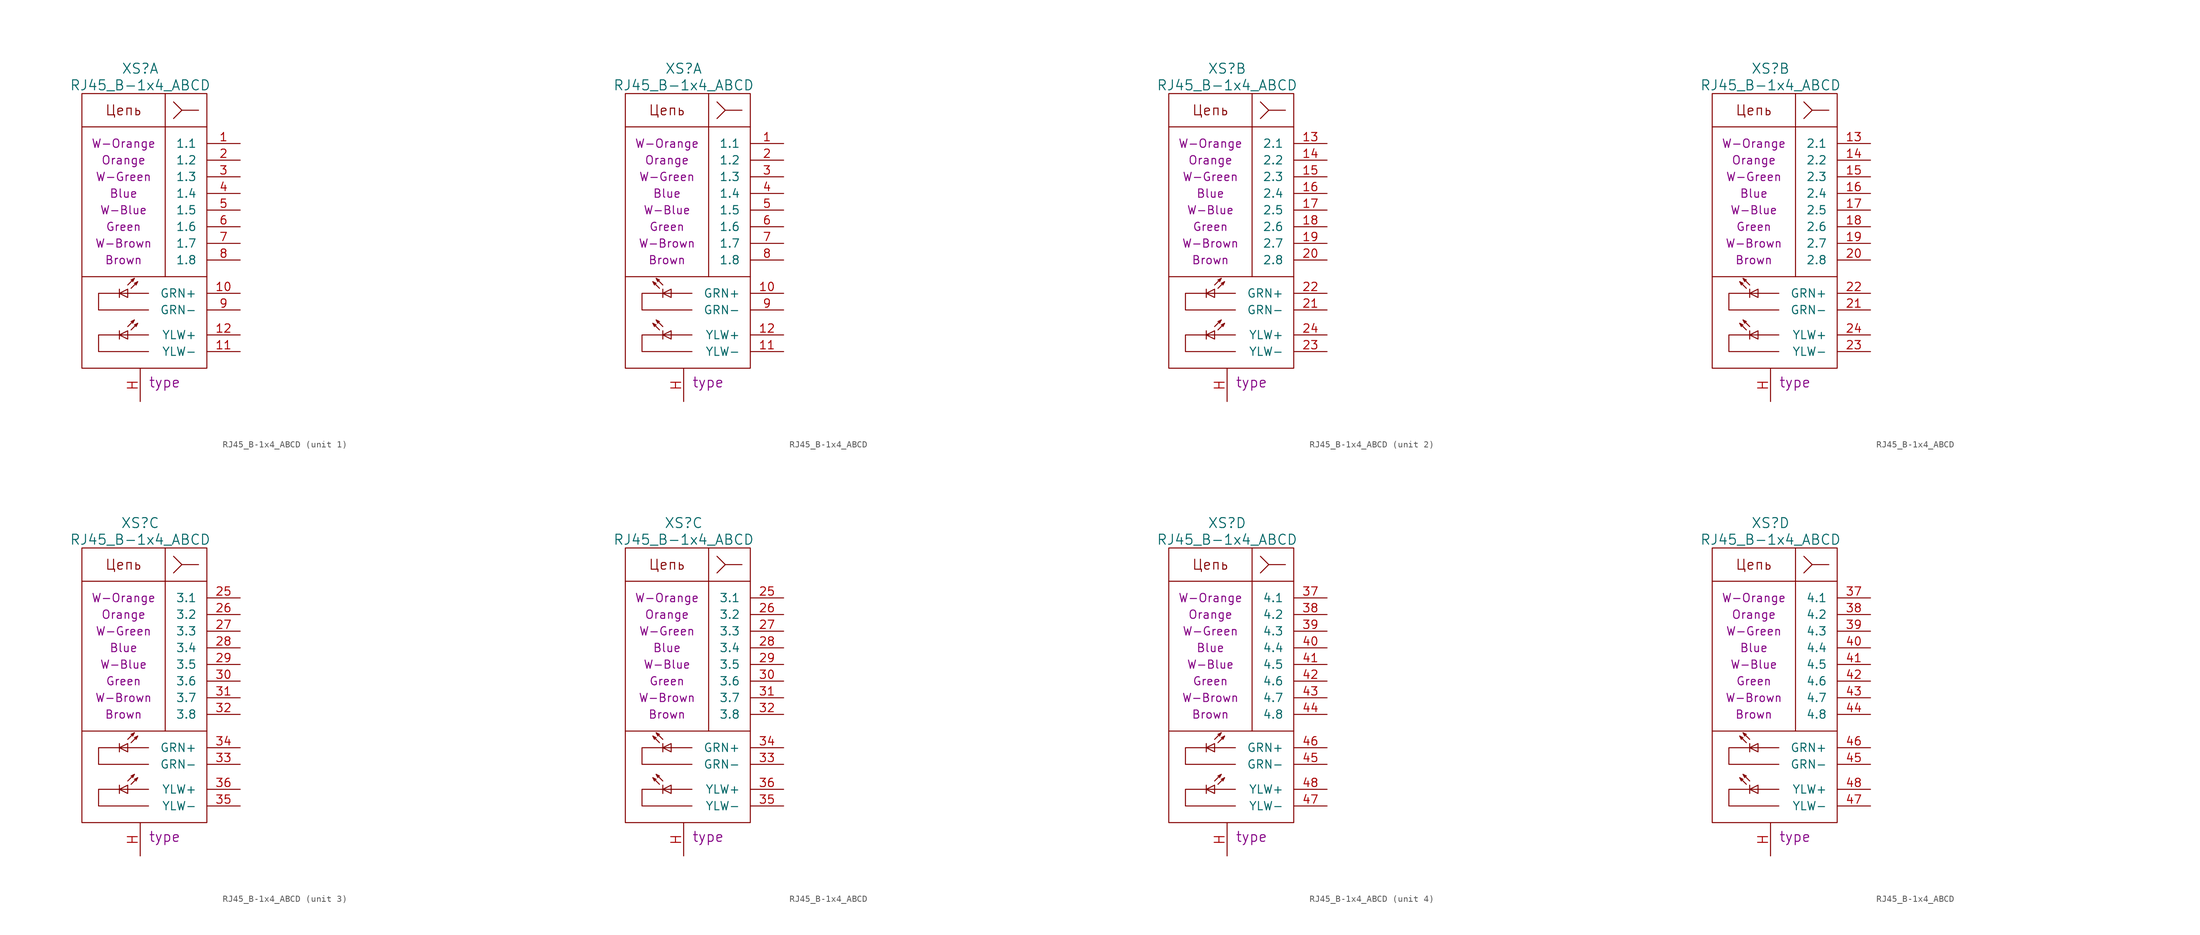
<source format=kicad_sym>
(kicad_symbol_lib
  (version 20220914)
  (generator kicad_symbol_editor)
  (symbol "RJ45_B-1x4_ABCD"
    (pin_names
      (offset 1.524))
    (property "Reference" "XS"
      (at 0 25.4 0)
      (do_not_autoplace)
      (effects (font (size 1.524 1.524))))
    (property "Value" "RJ45_B-1x4_ABCD"
      (at 0 22.86 0)
      (do_not_autoplace)
      (effects (font (size 1.524 1.524))))
    (property "Datasheet" ""
      (at 54.61 -21.59 0)
      (effects (font (size 1.524 1.524))))
    (property "Pin1" "W-Orange"
      (at -2.54 13.97 0)
      (effects (font (size 1.27 1.27))))
    (property "Pin2" "Orange"
      (at -2.54 11.43 0)
      (effects (font (size 1.27 1.27))))
    (property "Pin3" "W-Green"
      (at -2.54 8.89 0)
      (effects (font (size 1.27 1.27))))
    (property "Pin4" "Blue"
      (at -2.54 6.35 0)
      (effects (font (size 1.27 1.27))))
    (property "Pin5" "W-Blue"
      (at -2.54 3.81 0)
      (effects (font (size 1.245 1.245))))
    (property "Pin6" "Green"
      (at -2.54 1.27 0)
      (effects (font (size 1.245 1.245))))
    (property "Pin7" "W-Brown"
      (at -2.54 -1.27 0)
      (effects (font (size 1.245 1.245))))
    (property "Pin8" "Brown"
      (at -2.54 -3.81 0)
      (effects (font (size 1.245 1.245))))
    (property "Type" "type"
      (at 1.27 -21.59 0)
      (do_not_autoplace)
      (effects (font (size 1.524 1.524)) (justify left top)))
    (symbol "RJ45_B-1x4_ABCD_0_0"
      (rectangle (start -8.89 16.51) (end 10.16 -20.32) (stroke (width 0) (type solid)) (fill (type none)))
      (polyline (pts (xy -8.89 -6.35) (xy 10.16 -6.35)) (stroke (width 0) (type solid)) (fill (type none)))
      (polyline (pts (xy -3.175 -14.605) (xy -3.175 -15.875)) (stroke (width 0) (type solid)) (fill (type none)))
      (polyline (pts (xy -3.175 -8.255) (xy -3.175 -9.525)) (stroke (width 0) (type solid)) (fill (type none)))
      (polyline (pts (xy 3.81 21.59) (xy 3.81 -6.35)) (stroke (width 0) (type solid)) (fill (type none)))
      (polyline (pts (xy 8.89 19.05) (xy 6.35 19.05)) (stroke (width 0) (type solid)) (fill (type none)))
      (polyline (pts (xy 5.08 17.78) (xy 6.35 19.05) (xy 5.08 20.32)) (stroke (width 0) (type solid)) (fill (type none)))
      (polyline (pts (xy -1.905 -14.605) (xy -1.905 -15.875) (xy -3.175 -15.24) (xy -1.905 -14.605)) (stroke (width 0) (type solid)) (fill (type none)))
      (polyline (pts (xy -1.905 -8.255) (xy -1.905 -9.525) (xy -3.175 -8.89) (xy -1.905 -8.255)) (stroke (width 0) (type solid)) (fill (type none)))
      (polyline (pts (xy 1.27 -15.24) (xy -6.35 -15.24) (xy -6.35 -17.78) (xy 1.27 -17.78)) (stroke (width 0) (type solid)) (fill (type none)))
      (polyline (pts (xy 1.27 -8.89) (xy -6.35 -8.89) (xy -6.35 -11.43) (xy 1.27 -11.43)) (stroke (width 0) (type solid)) (fill (type none)))
      (polyline (pts (xy 10.16 16.51) (xy 10.16 21.59) (xy -8.89 21.59) (xy -8.89 16.51)) (stroke (width 0) (type solid)) (fill (type none)))
      (text "Цепь" (at -2.54 19.05 0) (effects (font (size 1.524 1.524)))))
    (symbol "RJ45_B-1x4_ABCD_0_1"
      (polyline (pts (xy -1.905 -13.97) (xy -0.889 -12.954)) (stroke (width 0) (type solid)) (fill (type none)))
      (polyline (pts (xy -1.905 -7.62) (xy -0.889 -6.604)) (stroke (width 0) (type solid)) (fill (type none)))
      (polyline (pts (xy -1.397 -14.478) (xy -0.381 -13.462)) (stroke (width 0) (type solid)) (fill (type none)))
      (polyline (pts (xy -1.397 -8.128) (xy -0.381 -7.112)) (stroke (width 0) (type solid)) (fill (type none)))
      (polyline (pts (xy -1.397 -13.208) (xy -0.889 -12.954) (xy -1.143 -13.462)) (stroke (width 0) (type solid)) (fill (type none)))
      (polyline (pts (xy -1.397 -6.858) (xy -0.889 -6.604) (xy -1.143 -7.112)) (stroke (width 0) (type solid)) (fill (type none)))
      (polyline (pts (xy -0.889 -13.716) (xy -0.381 -13.462) (xy -0.635 -13.97)) (stroke (width 0) (type solid)) (fill (type none)))
      (polyline (pts (xy -0.889 -7.366) (xy -0.381 -7.112) (xy -0.635 -7.62)) (stroke (width 0) (type solid)) (fill (type none)))
      (pin passive line (at 0 -25.4 90) (length 5.004) (name "~" (effects (font (size 1.524 1.524)))) (number "H" (effects (font (size 1.524 1.524))))))
    (symbol "RJ45_B-1x4_ABCD_0_2"
      (polyline (pts (xy -3.683 -14.478) (xy -4.699 -13.462)) (stroke (width 0) (type solid)) (fill (type none)))
      (polyline (pts (xy -3.683 -8.128) (xy -4.699 -7.112)) (stroke (width 0) (type solid)) (fill (type none)))
      (polyline (pts (xy -3.175 -13.97) (xy -4.191 -12.954)) (stroke (width 0) (type solid)) (fill (type none)))
      (polyline (pts (xy -3.175 -7.62) (xy -4.191 -6.604)) (stroke (width 0) (type solid)) (fill (type none)))
      (polyline (pts (xy -4.191 -13.716) (xy -4.699 -13.462) (xy -4.445 -13.97)) (stroke (width 0) (type solid)) (fill (type none)))
      (polyline (pts (xy -4.191 -7.366) (xy -4.699 -7.112) (xy -4.445 -7.62)) (stroke (width 0) (type solid)) (fill (type none)))
      (polyline (pts (xy -3.683 -13.208) (xy -4.191 -12.954) (xy -3.937 -13.462)) (stroke (width 0) (type solid)) (fill (type none)))
      (polyline (pts (xy -3.683 -6.858) (xy -4.191 -6.604) (xy -3.937 -7.112)) (stroke (width 0) (type solid)) (fill (type none)))
      (pin passive line (at 0 -25.4 90) (length 5.004) (name "~" (effects (font (size 1.524 1.524)))) (number "H" (effects (font (size 1.524 1.524))))))
    (symbol "RJ45_B-1x4_ABCD_1_1"
      (pin passive line (at 15.24 13.97 180) (length 5.08) (name "1.1" (effects (font (size 1.27 1.27)))) (number "1" (effects (font (size 1.27 1.27)))))
      (pin passive line (at 15.24 -8.89 180) (length 5.08) (name "GRN+" (effects (font (size 1.27 1.27)))) (number "10" (effects (font (size 1.27 1.27)))))
      (pin passive line (at 15.24 -17.78 180) (length 5.08) (name "YLW-" (effects (font (size 1.27 1.27)))) (number "11" (effects (font (size 1.27 1.27)))))
      (pin passive line (at 15.24 -15.24 180) (length 5.08) (name "YLW+" (effects (font (size 1.27 1.27)))) (number "12" (effects (font (size 1.27 1.27)))))
      (pin passive line (at 15.24 11.43 180) (length 5.08) (name "1.2" (effects (font (size 1.27 1.27)))) (number "2" (effects (font (size 1.27 1.27)))))
      (pin passive line (at 15.24 8.89 180) (length 5.08) (name "1.3" (effects (font (size 1.27 1.27)))) (number "3" (effects (font (size 1.27 1.27)))))
      (pin passive line (at 15.24 6.35 180) (length 5.08) (name "1.4" (effects (font (size 1.27 1.27)))) (number "4" (effects (font (size 1.27 1.27)))))
      (pin passive line (at 15.24 3.81 180) (length 5.08) (name "1.5" (effects (font (size 1.27 1.27)))) (number "5" (effects (font (size 1.27 1.27)))))
      (pin passive line (at 15.24 1.27 180) (length 5.08) (name "1.6" (effects (font (size 1.27 1.27)))) (number "6" (effects (font (size 1.27 1.27)))))
      (pin passive line (at 15.24 -1.27 180) (length 5.08) (name "1.7" (effects (font (size 1.27 1.27)))) (number "7" (effects (font (size 1.27 1.27)))))
      (pin passive line (at 15.24 -3.81 180) (length 5.08) (name "1.8" (effects (font (size 1.27 1.27)))) (number "8" (effects (font (size 1.27 1.27)))))
      (pin passive line (at 15.24 -11.43 180) (length 5.08) (name "GRN-" (effects (font (size 1.27 1.27)))) (number "9" (effects (font (size 1.27 1.27))))))
    (symbol "RJ45_B-1x4_ABCD_1_2"
      (pin passive line (at 15.24 13.97 180) (length 5.08) (name "1.1" (effects (font (size 1.27 1.27)))) (number "1" (effects (font (size 1.27 1.27)))))
      (pin passive line (at 15.24 -8.89 180) (length 5.08) (name "GRN+" (effects (font (size 1.27 1.27)))) (number "10" (effects (font (size 1.27 1.27)))))
      (pin passive line (at 15.24 -17.78 180) (length 5.08) (name "YLW-" (effects (font (size 1.27 1.27)))) (number "11" (effects (font (size 1.27 1.27)))))
      (pin passive line (at 15.24 -15.24 180) (length 5.08) (name "YLW+" (effects (font (size 1.27 1.27)))) (number "12" (effects (font (size 1.27 1.27)))))
      (pin passive line (at 15.24 11.43 180) (length 5.08) (name "1.2" (effects (font (size 1.27 1.27)))) (number "2" (effects (font (size 1.27 1.27)))))
      (pin passive line (at 15.24 8.89 180) (length 5.08) (name "1.3" (effects (font (size 1.27 1.27)))) (number "3" (effects (font (size 1.27 1.27)))))
      (pin passive line (at 15.24 6.35 180) (length 5.08) (name "1.4" (effects (font (size 1.27 1.27)))) (number "4" (effects (font (size 1.27 1.27)))))
      (pin passive line (at 15.24 3.81 180) (length 5.08) (name "1.5" (effects (font (size 1.27 1.27)))) (number "5" (effects (font (size 1.27 1.27)))))
      (pin passive line (at 15.24 1.27 180) (length 5.08) (name "1.6" (effects (font (size 1.27 1.27)))) (number "6" (effects (font (size 1.27 1.27)))))
      (pin passive line (at 15.24 -1.27 180) (length 5.08) (name "1.7" (effects (font (size 1.27 1.27)))) (number "7" (effects (font (size 1.27 1.27)))))
      (pin passive line (at 15.24 -3.81 180) (length 5.08) (name "1.8" (effects (font (size 1.27 1.27)))) (number "8" (effects (font (size 1.27 1.27)))))
      (pin passive line (at 15.24 -11.43 180) (length 5.08) (name "GRN-" (effects (font (size 1.27 1.27)))) (number "9" (effects (font (size 1.27 1.27))))))
    (symbol "RJ45_B-1x4_ABCD_2_1"
      (pin passive line (at 15.24 13.97 180) (length 5.08) (name "2.1" (effects (font (size 1.27 1.27)))) (number "13" (effects (font (size 1.27 1.27)))))
      (pin passive line (at 15.24 11.43 180) (length 5.08) (name "2.2" (effects (font (size 1.27 1.27)))) (number "14" (effects (font (size 1.27 1.27)))))
      (pin passive line (at 15.24 8.89 180) (length 5.08) (name "2.3" (effects (font (size 1.27 1.27)))) (number "15" (effects (font (size 1.27 1.27)))))
      (pin passive line (at 15.24 6.35 180) (length 5.08) (name "2.4" (effects (font (size 1.27 1.27)))) (number "16" (effects (font (size 1.27 1.27)))))
      (pin passive line (at 15.24 3.81 180) (length 5.08) (name "2.5" (effects (font (size 1.27 1.27)))) (number "17" (effects (font (size 1.27 1.27)))))
      (pin passive line (at 15.24 1.27 180) (length 5.08) (name "2.6" (effects (font (size 1.27 1.27)))) (number "18" (effects (font (size 1.27 1.27)))))
      (pin passive line (at 15.24 -1.27 180) (length 5.08) (name "2.7" (effects (font (size 1.27 1.27)))) (number "19" (effects (font (size 1.27 1.27)))))
      (pin passive line (at 15.24 -3.81 180) (length 5.08) (name "2.8" (effects (font (size 1.27 1.27)))) (number "20" (effects (font (size 1.27 1.27)))))
      (pin passive line (at 15.24 -11.43 180) (length 5.08) (name "GRN-" (effects (font (size 1.27 1.27)))) (number "21" (effects (font (size 1.27 1.27)))))
      (pin passive line (at 15.24 -8.89 180) (length 5.08) (name "GRN+" (effects (font (size 1.27 1.27)))) (number "22" (effects (font (size 1.27 1.27)))))
      (pin passive line (at 15.24 -17.78 180) (length 5.08) (name "YLW-" (effects (font (size 1.27 1.27)))) (number "23" (effects (font (size 1.27 1.27)))))
      (pin passive line (at 15.24 -15.24 180) (length 5.08) (name "YLW+" (effects (font (size 1.27 1.27)))) (number "24" (effects (font (size 1.27 1.27))))))
    (symbol "RJ45_B-1x4_ABCD_2_2"
      (pin passive line (at 15.24 13.97 180) (length 5.08) (name "2.1" (effects (font (size 1.27 1.27)))) (number "13" (effects (font (size 1.27 1.27)))))
      (pin passive line (at 15.24 11.43 180) (length 5.08) (name "2.2" (effects (font (size 1.27 1.27)))) (number "14" (effects (font (size 1.27 1.27)))))
      (pin passive line (at 15.24 8.89 180) (length 5.08) (name "2.3" (effects (font (size 1.27 1.27)))) (number "15" (effects (font (size 1.27 1.27)))))
      (pin passive line (at 15.24 6.35 180) (length 5.08) (name "2.4" (effects (font (size 1.27 1.27)))) (number "16" (effects (font (size 1.27 1.27)))))
      (pin passive line (at 15.24 3.81 180) (length 5.08) (name "2.5" (effects (font (size 1.27 1.27)))) (number "17" (effects (font (size 1.27 1.27)))))
      (pin passive line (at 15.24 1.27 180) (length 5.08) (name "2.6" (effects (font (size 1.27 1.27)))) (number "18" (effects (font (size 1.27 1.27)))))
      (pin passive line (at 15.24 -1.27 180) (length 5.08) (name "2.7" (effects (font (size 1.27 1.27)))) (number "19" (effects (font (size 1.27 1.27)))))
      (pin passive line (at 15.24 -3.81 180) (length 5.08) (name "2.8" (effects (font (size 1.27 1.27)))) (number "20" (effects (font (size 1.27 1.27)))))
      (pin passive line (at 15.24 -11.43 180) (length 5.08) (name "GRN-" (effects (font (size 1.27 1.27)))) (number "21" (effects (font (size 1.27 1.27)))))
      (pin passive line (at 15.24 -8.89 180) (length 5.08) (name "GRN+" (effects (font (size 1.27 1.27)))) (number "22" (effects (font (size 1.27 1.27)))))
      (pin passive line (at 15.24 -17.78 180) (length 5.08) (name "YLW-" (effects (font (size 1.27 1.27)))) (number "23" (effects (font (size 1.27 1.27)))))
      (pin passive line (at 15.24 -15.24 180) (length 5.08) (name "YLW+" (effects (font (size 1.27 1.27)))) (number "24" (effects (font (size 1.27 1.27))))))
    (symbol "RJ45_B-1x4_ABCD_3_1"
      (pin passive line (at 15.24 13.97 180) (length 5.08) (name "3.1" (effects (font (size 1.27 1.27)))) (number "25" (effects (font (size 1.27 1.27)))))
      (pin passive line (at 15.24 11.43 180) (length 5.08) (name "3.2" (effects (font (size 1.27 1.27)))) (number "26" (effects (font (size 1.27 1.27)))))
      (pin passive line (at 15.24 8.89 180) (length 5.08) (name "3.3" (effects (font (size 1.27 1.27)))) (number "27" (effects (font (size 1.27 1.27)))))
      (pin passive line (at 15.24 6.35 180) (length 5.08) (name "3.4" (effects (font (size 1.27 1.27)))) (number "28" (effects (font (size 1.27 1.27)))))
      (pin passive line (at 15.24 3.81 180) (length 5.08) (name "3.5" (effects (font (size 1.27 1.27)))) (number "29" (effects (font (size 1.27 1.27)))))
      (pin passive line (at 15.24 1.27 180) (length 5.08) (name "3.6" (effects (font (size 1.27 1.27)))) (number "30" (effects (font (size 1.27 1.27)))))
      (pin passive line (at 15.24 -1.27 180) (length 5.08) (name "3.7" (effects (font (size 1.27 1.27)))) (number "31" (effects (font (size 1.27 1.27)))))
      (pin passive line (at 15.24 -3.81 180) (length 5.08) (name "3.8" (effects (font (size 1.27 1.27)))) (number "32" (effects (font (size 1.27 1.27)))))
      (pin passive line (at 15.24 -11.43 180) (length 5.08) (name "GRN-" (effects (font (size 1.27 1.27)))) (number "33" (effects (font (size 1.27 1.27)))))
      (pin passive line (at 15.24 -8.89 180) (length 5.08) (name "GRN+" (effects (font (size 1.27 1.27)))) (number "34" (effects (font (size 1.27 1.27)))))
      (pin passive line (at 15.24 -17.78 180) (length 5.08) (name "YLW-" (effects (font (size 1.27 1.27)))) (number "35" (effects (font (size 1.27 1.27)))))
      (pin passive line (at 15.24 -15.24 180) (length 5.08) (name "YLW+" (effects (font (size 1.27 1.27)))) (number "36" (effects (font (size 1.27 1.27))))))
    (symbol "RJ45_B-1x4_ABCD_3_2"
      (pin passive line (at 15.24 13.97 180) (length 5.08) (name "3.1" (effects (font (size 1.27 1.27)))) (number "25" (effects (font (size 1.27 1.27)))))
      (pin passive line (at 15.24 11.43 180) (length 5.08) (name "3.2" (effects (font (size 1.27 1.27)))) (number "26" (effects (font (size 1.27 1.27)))))
      (pin passive line (at 15.24 8.89 180) (length 5.08) (name "3.3" (effects (font (size 1.27 1.27)))) (number "27" (effects (font (size 1.27 1.27)))))
      (pin passive line (at 15.24 6.35 180) (length 5.08) (name "3.4" (effects (font (size 1.27 1.27)))) (number "28" (effects (font (size 1.27 1.27)))))
      (pin passive line (at 15.24 3.81 180) (length 5.08) (name "3.5" (effects (font (size 1.27 1.27)))) (number "29" (effects (font (size 1.27 1.27)))))
      (pin passive line (at 15.24 1.27 180) (length 5.08) (name "3.6" (effects (font (size 1.27 1.27)))) (number "30" (effects (font (size 1.27 1.27)))))
      (pin passive line (at 15.24 -1.27 180) (length 5.08) (name "3.7" (effects (font (size 1.27 1.27)))) (number "31" (effects (font (size 1.27 1.27)))))
      (pin passive line (at 15.24 -3.81 180) (length 5.08) (name "3.8" (effects (font (size 1.27 1.27)))) (number "32" (effects (font (size 1.27 1.27)))))
      (pin passive line (at 15.24 -11.43 180) (length 5.08) (name "GRN-" (effects (font (size 1.27 1.27)))) (number "33" (effects (font (size 1.27 1.27)))))
      (pin passive line (at 15.24 -8.89 180) (length 5.08) (name "GRN+" (effects (font (size 1.27 1.27)))) (number "34" (effects (font (size 1.27 1.27)))))
      (pin passive line (at 15.24 -17.78 180) (length 5.08) (name "YLW-" (effects (font (size 1.27 1.27)))) (number "35" (effects (font (size 1.27 1.27)))))
      (pin passive line (at 15.24 -15.24 180) (length 5.08) (name "YLW+" (effects (font (size 1.27 1.27)))) (number "36" (effects (font (size 1.27 1.27))))))
    (symbol "RJ45_B-1x4_ABCD_4_1"
      (pin passive line (at 15.24 13.97 180) (length 5.08) (name "4.1" (effects (font (size 1.27 1.27)))) (number "37" (effects (font (size 1.27 1.27)))))
      (pin passive line (at 15.24 11.43 180) (length 5.08) (name "4.2" (effects (font (size 1.27 1.27)))) (number "38" (effects (font (size 1.27 1.27)))))
      (pin passive line (at 15.24 8.89 180) (length 5.08) (name "4.3" (effects (font (size 1.27 1.27)))) (number "39" (effects (font (size 1.27 1.27)))))
      (pin passive line (at 15.24 6.35 180) (length 5.08) (name "4.4" (effects (font (size 1.27 1.27)))) (number "40" (effects (font (size 1.27 1.27)))))
      (pin passive line (at 15.24 3.81 180) (length 5.08) (name "4.5" (effects (font (size 1.27 1.27)))) (number "41" (effects (font (size 1.27 1.27)))))
      (pin passive line (at 15.24 1.27 180) (length 5.08) (name "4.6" (effects (font (size 1.27 1.27)))) (number "42" (effects (font (size 1.27 1.27)))))
      (pin passive line (at 15.24 -1.27 180) (length 5.08) (name "4.7" (effects (font (size 1.27 1.27)))) (number "43" (effects (font (size 1.27 1.27)))))
      (pin passive line (at 15.24 -3.81 180) (length 5.08) (name "4.8" (effects (font (size 1.27 1.27)))) (number "44" (effects (font (size 1.27 1.27)))))
      (pin passive line (at 15.24 -11.43 180) (length 5.08) (name "GRN-" (effects (font (size 1.27 1.27)))) (number "45" (effects (font (size 1.27 1.27)))))
      (pin passive line (at 15.24 -8.89 180) (length 5.08) (name "GRN+" (effects (font (size 1.27 1.27)))) (number "46" (effects (font (size 1.27 1.27)))))
      (pin passive line (at 15.24 -17.78 180) (length 5.08) (name "YLW-" (effects (font (size 1.27 1.27)))) (number "47" (effects (font (size 1.27 1.27)))))
      (pin passive line (at 15.24 -15.24 180) (length 5.08) (name "YLW+" (effects (font (size 1.27 1.27)))) (number "48" (effects (font (size 1.27 1.27))))))
    (symbol "RJ45_B-1x4_ABCD_4_2"
      (pin passive line (at 15.24 13.97 180) (length 5.08) (name "4.1" (effects (font (size 1.27 1.27)))) (number "37" (effects (font (size 1.27 1.27)))))
      (pin passive line (at 15.24 11.43 180) (length 5.08) (name "4.2" (effects (font (size 1.27 1.27)))) (number "38" (effects (font (size 1.27 1.27)))))
      (pin passive line (at 15.24 8.89 180) (length 5.08) (name "4.3" (effects (font (size 1.27 1.27)))) (number "39" (effects (font (size 1.27 1.27)))))
      (pin passive line (at 15.24 6.35 180) (length 5.08) (name "4.4" (effects (font (size 1.27 1.27)))) (number "40" (effects (font (size 1.27 1.27)))))
      (pin passive line (at 15.24 3.81 180) (length 5.08) (name "4.5" (effects (font (size 1.27 1.27)))) (number "41" (effects (font (size 1.27 1.27)))))
      (pin passive line (at 15.24 1.27 180) (length 5.08) (name "4.6" (effects (font (size 1.27 1.27)))) (number "42" (effects (font (size 1.27 1.27)))))
      (pin passive line (at 15.24 -1.27 180) (length 5.08) (name "4.7" (effects (font (size 1.27 1.27)))) (number "43" (effects (font (size 1.27 1.27)))))
      (pin passive line (at 15.24 -3.81 180) (length 5.08) (name "4.8" (effects (font (size 1.27 1.27)))) (number "44" (effects (font (size 1.27 1.27)))))
      (pin passive line (at 15.24 -11.43 180) (length 5.08) (name "GRN-" (effects (font (size 1.27 1.27)))) (number "45" (effects (font (size 1.27 1.27)))))
      (pin passive line (at 15.24 -8.89 180) (length 5.08) (name "GRN+" (effects (font (size 1.27 1.27)))) (number "46" (effects (font (size 1.27 1.27)))))
      (pin passive line (at 15.24 -17.78 180) (length 5.08) (name "YLW-" (effects (font (size 1.27 1.27)))) (number "47" (effects (font (size 1.27 1.27)))))
      (pin passive line (at 15.24 -15.24 180) (length 5.08) (name "YLW+" (effects (font (size 1.27 1.27)))) (number "48" (effects (font (size 1.27 1.27))))))))
</source>
